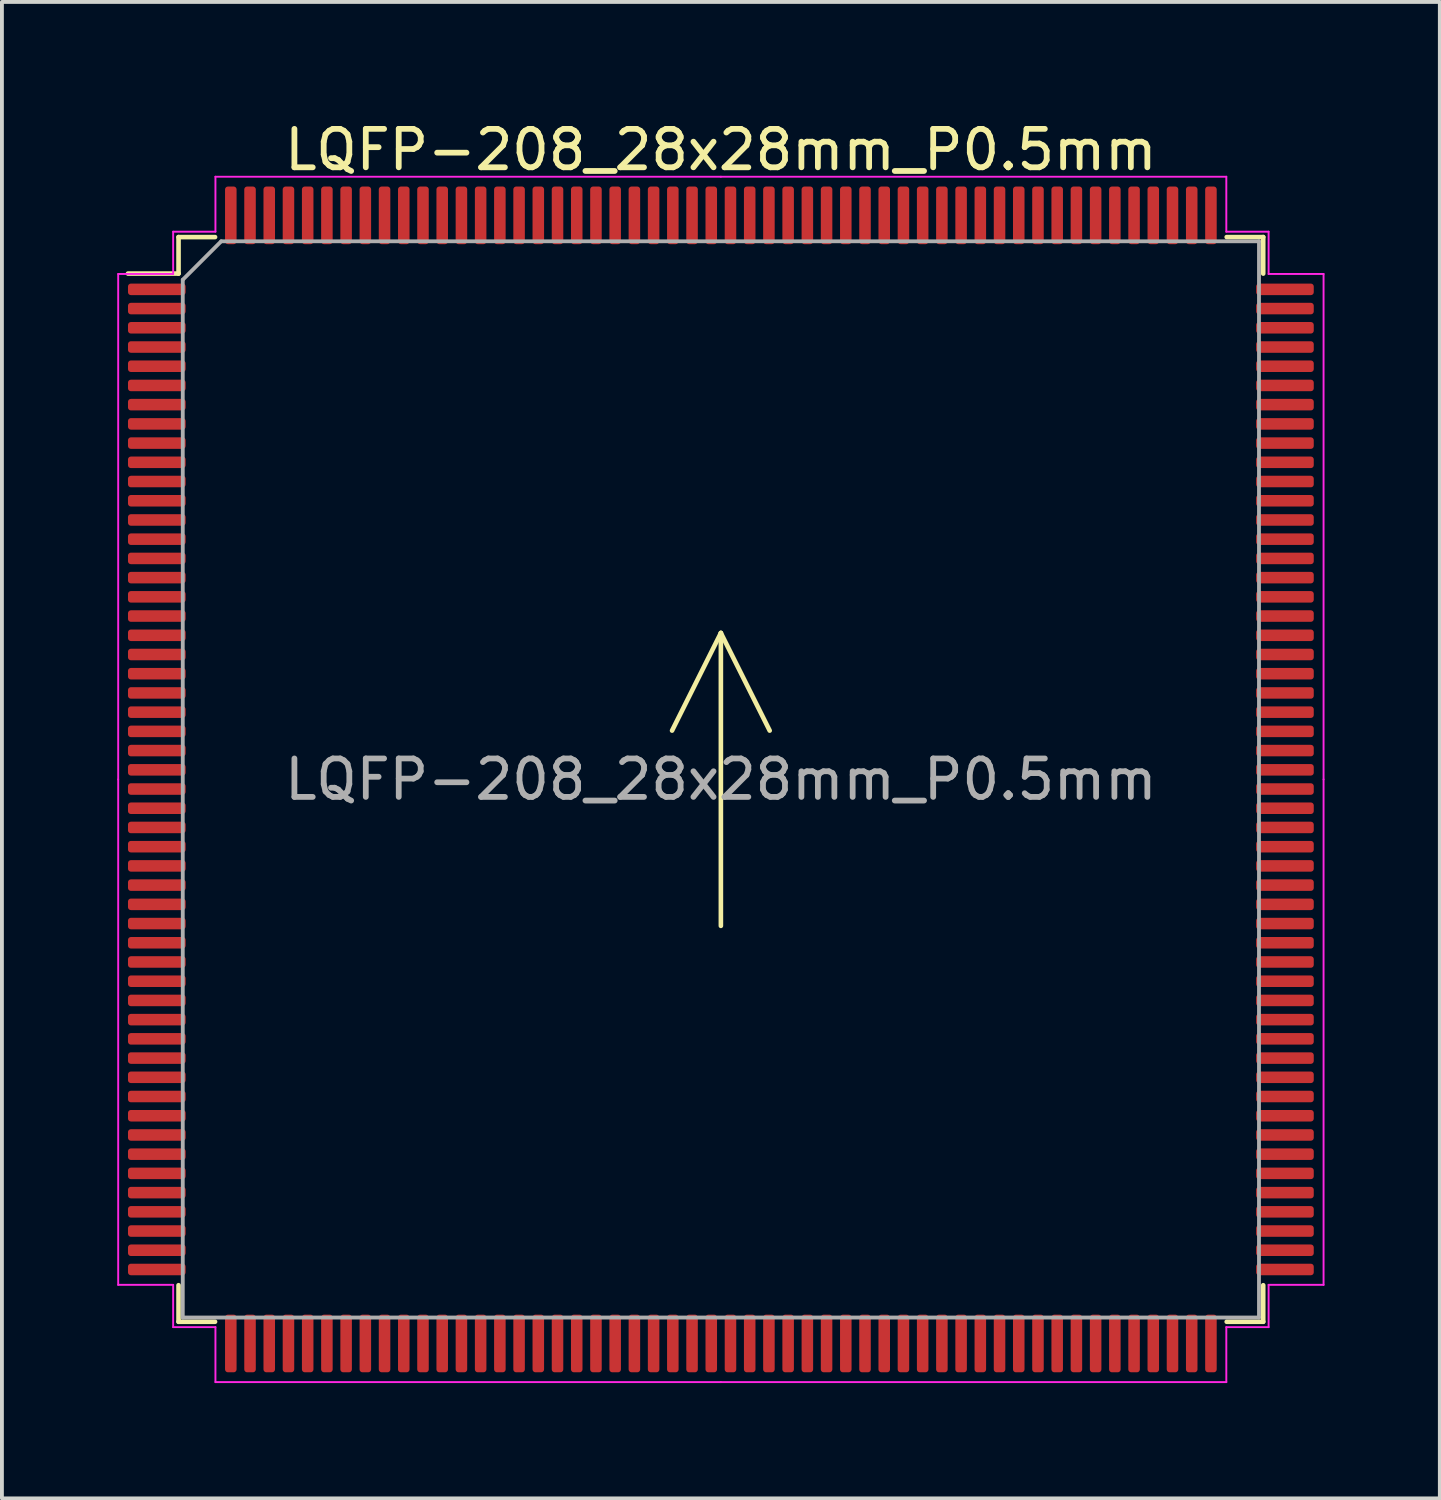
<source format=kicad_pcb>
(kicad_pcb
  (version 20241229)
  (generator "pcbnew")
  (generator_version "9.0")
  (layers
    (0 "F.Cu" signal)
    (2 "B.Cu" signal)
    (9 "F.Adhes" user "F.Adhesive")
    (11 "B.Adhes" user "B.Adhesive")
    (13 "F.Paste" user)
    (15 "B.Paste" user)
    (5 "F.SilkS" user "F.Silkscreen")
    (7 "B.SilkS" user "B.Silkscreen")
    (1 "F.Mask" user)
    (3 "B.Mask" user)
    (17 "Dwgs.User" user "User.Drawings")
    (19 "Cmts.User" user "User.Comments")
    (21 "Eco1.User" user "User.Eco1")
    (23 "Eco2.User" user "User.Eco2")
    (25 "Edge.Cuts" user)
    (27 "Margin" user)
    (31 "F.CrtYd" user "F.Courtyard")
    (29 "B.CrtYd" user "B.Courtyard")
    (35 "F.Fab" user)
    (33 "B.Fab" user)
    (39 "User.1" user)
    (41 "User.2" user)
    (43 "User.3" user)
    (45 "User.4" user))
  (footprint "LQFP-208_28x28mm_P0.5mm"
    (layer "F.Cu")
    (at 15.705 17.228)
    (property "Reference" "LQFP-208_28x28mm_P0.5mm" (at 0 -16.38 0) (layer "F.SilkS") (effects (font (size 1 1) (thickness 0.15))))
    (attr smd)
    (fp_line (start -14.11 -14.11) (end -14.11 -13.16) (stroke (width 0.12) (type solid)) (layer "F.SilkS"))
    (fp_line (start -14.11 -13.16) (end -15.425 -13.16) (stroke (width 0.12) (type solid)) (layer "F.SilkS"))
    (fp_line (start -14.11 14.11) (end -14.11 13.16) (stroke (width 0.12) (type solid)) (layer "F.SilkS"))
    (fp_line (start -13.16 -14.11) (end -14.11 -14.11) (stroke (width 0.12) (type solid)) (layer "F.SilkS"))
    (fp_line (start -13.16 14.11) (end -14.11 14.11) (stroke (width 0.12) (type solid)) (layer "F.SilkS"))
    (fp_line (start -1.27 -1.27) (end 0 -3.81) (stroke (width 0.12) (type default)) (layer "F.SilkS"))
    (fp_line (start 0 -3.81) (end 0 3.81) (stroke (width 0.12) (type default)) (layer "F.SilkS"))
    (fp_line (start 0 -3.81) (end 1.27 -1.27) (stroke (width 0.12) (type default)) (layer "F.SilkS"))
    (fp_line (start 13.16 -14.11) (end 14.11 -14.11) (stroke (width 0.12) (type solid)) (layer "F.SilkS"))
    (fp_line (start 13.16 14.11) (end 14.11 14.11) (stroke (width 0.12) (type solid)) (layer "F.SilkS"))
    (fp_line (start 14.11 -14.11) (end 14.11 -13.16) (stroke (width 0.12) (type solid)) (layer "F.SilkS"))
    (fp_line (start 14.11 14.11) (end 14.11 13.16) (stroke (width 0.12) (type solid)) (layer "F.SilkS"))
    (fp_line (start -15.68 -13.15) (end -15.68 0) (stroke (width 0.05) (type solid)) (layer "F.CrtYd"))
    (fp_line (start -15.68 13.15) (end -15.68 0) (stroke (width 0.05) (type solid)) (layer "F.CrtYd"))
    (fp_line (start -14.25 -14.25) (end -14.25 -13.15) (stroke (width 0.05) (type solid)) (layer "F.CrtYd"))
    (fp_line (start -14.25 -13.15) (end -15.68 -13.15) (stroke (width 0.05) (type solid)) (layer "F.CrtYd"))
    (fp_line (start -14.25 13.15) (end -15.68 13.15) (stroke (width 0.05) (type solid)) (layer "F.CrtYd"))
    (fp_line (start -14.25 14.25) (end -14.25 13.15) (stroke (width 0.05) (type solid)) (layer "F.CrtYd"))
    (fp_line (start -13.15 -15.68) (end -13.15 -14.25) (stroke (width 0.05) (type solid)) (layer "F.CrtYd"))
    (fp_line (start -13.15 -14.25) (end -14.25 -14.25) (stroke (width 0.05) (type solid)) (layer "F.CrtYd"))
    (fp_line (start -13.15 14.25) (end -14.25 14.25) (stroke (width 0.05) (type solid)) (layer "F.CrtYd"))
    (fp_line (start -13.15 15.68) (end -13.15 14.25) (stroke (width 0.05) (type solid)) (layer "F.CrtYd"))
    (fp_line (start 0 -15.68) (end -13.15 -15.68) (stroke (width 0.05) (type solid)) (layer "F.CrtYd"))
    (fp_line (start 0 -15.68) (end 13.15 -15.68) (stroke (width 0.05) (type solid)) (layer "F.CrtYd"))
    (fp_line (start 0 15.68) (end -13.15 15.68) (stroke (width 0.05) (type solid)) (layer "F.CrtYd"))
    (fp_line (start 0 15.68) (end 13.15 15.68) (stroke (width 0.05) (type solid)) (layer "F.CrtYd"))
    (fp_line (start 13.15 -15.68) (end 13.15 -14.25) (stroke (width 0.05) (type solid)) (layer "F.CrtYd"))
    (fp_line (start 13.15 -14.25) (end 14.25 -14.25) (stroke (width 0.05) (type solid)) (layer "F.CrtYd"))
    (fp_line (start 13.15 14.25) (end 14.25 14.25) (stroke (width 0.05) (type solid)) (layer "F.CrtYd"))
    (fp_line (start 13.15 15.68) (end 13.15 14.25) (stroke (width 0.05) (type solid)) (layer "F.CrtYd"))
    (fp_line (start 14.25 -14.25) (end 14.25 -13.15) (stroke (width 0.05) (type solid)) (layer "F.CrtYd"))
    (fp_line (start 14.25 -13.15) (end 15.68 -13.15) (stroke (width 0.05) (type solid)) (layer "F.CrtYd"))
    (fp_line (start 14.25 13.15) (end 15.68 13.15) (stroke (width 0.05) (type solid)) (layer "F.CrtYd"))
    (fp_line (start 14.25 14.25) (end 14.25 13.15) (stroke (width 0.05) (type solid)) (layer "F.CrtYd"))
    (fp_line (start 15.68 -13.15) (end 15.68 0) (stroke (width 0.05) (type solid)) (layer "F.CrtYd"))
    (fp_line (start 15.68 13.15) (end 15.68 0) (stroke (width 0.05) (type solid)) (layer "F.CrtYd"))
    (fp_line (start -14 -13) (end -13 -14) (stroke (width 0.1) (type solid)) (layer "F.Fab"))
    (fp_line (start -14 14) (end -14 -13) (stroke (width 0.1) (type solid)) (layer "F.Fab"))
    (fp_line (start -13 -14) (end 14 -14) (stroke (width 0.1) (type solid)) (layer "F.Fab"))
    (fp_line (start 14 -14) (end 14 14) (stroke (width 0.1) (type solid)) (layer "F.Fab"))
    (fp_line (start 14 14) (end -14 14) (stroke (width 0.1) (type solid)) (layer "F.Fab"))
    (fp_text user "${REFERENCE}" (at 0 0 0) (layer "F.Fab") (effects (font (size 1 1) (thickness 0.15))))
    (pad "1" smd roundrect (at -14.675 -12.75) (size 1.5 0.3) (layers "F.Cu" "F.Mask" "F.Paste") (roundrect_rratio 0.25))
    (pad "2" smd roundrect (at -14.675 -12.25) (size 1.5 0.3) (layers "F.Cu" "F.Mask" "F.Paste") (roundrect_rratio 0.25))
    (pad "3" smd roundrect (at -14.675 -11.75) (size 1.5 0.3) (layers "F.Cu" "F.Mask" "F.Paste") (roundrect_rratio 0.25))
    (pad "4" smd roundrect (at -14.675 -11.25) (size 1.5 0.3) (layers "F.Cu" "F.Mask" "F.Paste") (roundrect_rratio 0.25))
    (pad "5" smd roundrect (at -14.675 -10.75) (size 1.5 0.3) (layers "F.Cu" "F.Mask" "F.Paste") (roundrect_rratio 0.25))
    (pad "6" smd roundrect (at -14.675 -10.25) (size 1.5 0.3) (layers "F.Cu" "F.Mask" "F.Paste") (roundrect_rratio 0.25))
    (pad "7" smd roundrect (at -14.675 -9.75) (size 1.5 0.3) (layers "F.Cu" "F.Mask" "F.Paste") (roundrect_rratio 0.25))
    (pad "8" smd roundrect (at -14.675 -9.25) (size 1.5 0.3) (layers "F.Cu" "F.Mask" "F.Paste") (roundrect_rratio 0.25))
    (pad "9" smd roundrect (at -14.675 -8.75) (size 1.5 0.3) (layers "F.Cu" "F.Mask" "F.Paste") (roundrect_rratio 0.25))
    (pad "10" smd roundrect (at -14.675 -8.25) (size 1.5 0.3) (layers "F.Cu" "F.Mask" "F.Paste") (roundrect_rratio 0.25))
    (pad "11" smd roundrect (at -14.675 -7.75) (size 1.5 0.3) (layers "F.Cu" "F.Mask" "F.Paste") (roundrect_rratio 0.25))
    (pad "12" smd roundrect (at -14.675 -7.25) (size 1.5 0.3) (layers "F.Cu" "F.Mask" "F.Paste") (roundrect_rratio 0.25))
    (pad "13" smd roundrect (at -14.675 -6.75) (size 1.5 0.3) (layers "F.Cu" "F.Mask" "F.Paste") (roundrect_rratio 0.25))
    (pad "14" smd roundrect (at -14.675 -6.25) (size 1.5 0.3) (layers "F.Cu" "F.Mask" "F.Paste") (roundrect_rratio 0.25))
    (pad "15" smd roundrect (at -14.675 -5.75) (size 1.5 0.3) (layers "F.Cu" "F.Mask" "F.Paste") (roundrect_rratio 0.25))
    (pad "16" smd roundrect (at -14.675 -5.25) (size 1.5 0.3) (layers "F.Cu" "F.Mask" "F.Paste") (roundrect_rratio 0.25))
    (pad "17" smd roundrect (at -14.675 -4.75) (size 1.5 0.3) (layers "F.Cu" "F.Mask" "F.Paste") (roundrect_rratio 0.25))
    (pad "18" smd roundrect (at -14.675 -4.25) (size 1.5 0.3) (layers "F.Cu" "F.Mask" "F.Paste") (roundrect_rratio 0.25))
    (pad "19" smd roundrect (at -14.675 -3.75) (size 1.5 0.3) (layers "F.Cu" "F.Mask" "F.Paste") (roundrect_rratio 0.25))
    (pad "20" smd roundrect (at -14.675 -3.25) (size 1.5 0.3) (layers "F.Cu" "F.Mask" "F.Paste") (roundrect_rratio 0.25))
    (pad "21" smd roundrect (at -14.675 -2.75) (size 1.5 0.3) (layers "F.Cu" "F.Mask" "F.Paste") (roundrect_rratio 0.25))
    (pad "22" smd roundrect (at -14.675 -2.25) (size 1.5 0.3) (layers "F.Cu" "F.Mask" "F.Paste") (roundrect_rratio 0.25))
    (pad "23" smd roundrect (at -14.675 -1.75) (size 1.5 0.3) (layers "F.Cu" "F.Mask" "F.Paste") (roundrect_rratio 0.25))
    (pad "24" smd roundrect (at -14.675 -1.25) (size 1.5 0.3) (layers "F.Cu" "F.Mask" "F.Paste") (roundrect_rratio 0.25))
    (pad "25" smd roundrect (at -14.675 -0.75) (size 1.5 0.3) (layers "F.Cu" "F.Mask" "F.Paste") (roundrect_rratio 0.25))
    (pad "26" smd roundrect (at -14.675 -0.25) (size 1.5 0.3) (layers "F.Cu" "F.Mask" "F.Paste") (roundrect_rratio 0.25))
    (pad "27" smd roundrect (at -14.675 0.25) (size 1.5 0.3) (layers "F.Cu" "F.Mask" "F.Paste") (roundrect_rratio 0.25))
    (pad "28" smd roundrect (at -14.675 0.75) (size 1.5 0.3) (layers "F.Cu" "F.Mask" "F.Paste") (roundrect_rratio 0.25))
    (pad "29" smd roundrect (at -14.675 1.25) (size 1.5 0.3) (layers "F.Cu" "F.Mask" "F.Paste") (roundrect_rratio 0.25))
    (pad "30" smd roundrect (at -14.675 1.75) (size 1.5 0.3) (layers "F.Cu" "F.Mask" "F.Paste") (roundrect_rratio 0.25))
    (pad "31" smd roundrect (at -14.675 2.25) (size 1.5 0.3) (layers "F.Cu" "F.Mask" "F.Paste") (roundrect_rratio 0.25))
    (pad "32" smd roundrect (at -14.675 2.75) (size 1.5 0.3) (layers "F.Cu" "F.Mask" "F.Paste") (roundrect_rratio 0.25))
    (pad "33" smd roundrect (at -14.675 3.25) (size 1.5 0.3) (layers "F.Cu" "F.Mask" "F.Paste") (roundrect_rratio 0.25))
    (pad "34" smd roundrect (at -14.675 3.75) (size 1.5 0.3) (layers "F.Cu" "F.Mask" "F.Paste") (roundrect_rratio 0.25))
    (pad "35" smd roundrect (at -14.675 4.25) (size 1.5 0.3) (layers "F.Cu" "F.Mask" "F.Paste") (roundrect_rratio 0.25))
    (pad "36" smd roundrect (at -14.675 4.75) (size 1.5 0.3) (layers "F.Cu" "F.Mask" "F.Paste") (roundrect_rratio 0.25))
    (pad "37" smd roundrect (at -14.675 5.25) (size 1.5 0.3) (layers "F.Cu" "F.Mask" "F.Paste") (roundrect_rratio 0.25))
    (pad "38" smd roundrect (at -14.675 5.75) (size 1.5 0.3) (layers "F.Cu" "F.Mask" "F.Paste") (roundrect_rratio 0.25))
    (pad "39" smd roundrect (at -14.675 6.25) (size 1.5 0.3) (layers "F.Cu" "F.Mask" "F.Paste") (roundrect_rratio 0.25))
    (pad "40" smd roundrect (at -14.675 6.75) (size 1.5 0.3) (layers "F.Cu" "F.Mask" "F.Paste") (roundrect_rratio 0.25))
    (pad "41" smd roundrect (at -14.675 7.25) (size 1.5 0.3) (layers "F.Cu" "F.Mask" "F.Paste") (roundrect_rratio 0.25))
    (pad "42" smd roundrect (at -14.675 7.75) (size 1.5 0.3) (layers "F.Cu" "F.Mask" "F.Paste") (roundrect_rratio 0.25))
    (pad "43" smd roundrect (at -14.675 8.25) (size 1.5 0.3) (layers "F.Cu" "F.Mask" "F.Paste") (roundrect_rratio 0.25))
    (pad "44" smd roundrect (at -14.675 8.75) (size 1.5 0.3) (layers "F.Cu" "F.Mask" "F.Paste") (roundrect_rratio 0.25))
    (pad "45" smd roundrect (at -14.675 9.25) (size 1.5 0.3) (layers "F.Cu" "F.Mask" "F.Paste") (roundrect_rratio 0.25))
    (pad "46" smd roundrect (at -14.675 9.75) (size 1.5 0.3) (layers "F.Cu" "F.Mask" "F.Paste") (roundrect_rratio 0.25))
    (pad "47" smd roundrect (at -14.675 10.25) (size 1.5 0.3) (layers "F.Cu" "F.Mask" "F.Paste") (roundrect_rratio 0.25))
    (pad "48" smd roundrect (at -14.675 10.75) (size 1.5 0.3) (layers "F.Cu" "F.Mask" "F.Paste") (roundrect_rratio 0.25))
    (pad "49" smd roundrect (at -14.675 11.25) (size 1.5 0.3) (layers "F.Cu" "F.Mask" "F.Paste") (roundrect_rratio 0.25))
    (pad "50" smd roundrect (at -14.675 11.75) (size 1.5 0.3) (layers "F.Cu" "F.Mask" "F.Paste") (roundrect_rratio 0.25))
    (pad "51" smd roundrect (at -14.675 12.25) (size 1.5 0.3) (layers "F.Cu" "F.Mask" "F.Paste") (roundrect_rratio 0.25))
    (pad "52" smd roundrect (at -14.675 12.75) (size 1.5 0.3) (layers "F.Cu" "F.Mask" "F.Paste") (roundrect_rratio 0.25))
    (pad "53" smd roundrect (at -12.75 14.675) (size 0.3 1.5) (layers "F.Cu" "F.Mask" "F.Paste") (roundrect_rratio 0.25))
    (pad "54" smd roundrect (at -12.25 14.675) (size 0.3 1.5) (layers "F.Cu" "F.Mask" "F.Paste") (roundrect_rratio 0.25))
    (pad "55" smd roundrect (at -11.75 14.675) (size 0.3 1.5) (layers "F.Cu" "F.Mask" "F.Paste") (roundrect_rratio 0.25))
    (pad "56" smd roundrect (at -11.25 14.675) (size 0.3 1.5) (layers "F.Cu" "F.Mask" "F.Paste") (roundrect_rratio 0.25))
    (pad "57" smd roundrect (at -10.75 14.675) (size 0.3 1.5) (layers "F.Cu" "F.Mask" "F.Paste") (roundrect_rratio 0.25))
    (pad "58" smd roundrect (at -10.25 14.675) (size 0.3 1.5) (layers "F.Cu" "F.Mask" "F.Paste") (roundrect_rratio 0.25))
    (pad "59" smd roundrect (at -9.75 14.675) (size 0.3 1.5) (layers "F.Cu" "F.Mask" "F.Paste") (roundrect_rratio 0.25))
    (pad "60" smd roundrect (at -9.25 14.675) (size 0.3 1.5) (layers "F.Cu" "F.Mask" "F.Paste") (roundrect_rratio 0.25))
    (pad "61" smd roundrect (at -8.75 14.675) (size 0.3 1.5) (layers "F.Cu" "F.Mask" "F.Paste") (roundrect_rratio 0.25))
    (pad "62" smd roundrect (at -8.25 14.675) (size 0.3 1.5) (layers "F.Cu" "F.Mask" "F.Paste") (roundrect_rratio 0.25))
    (pad "63" smd roundrect (at -7.75 14.675) (size 0.3 1.5) (layers "F.Cu" "F.Mask" "F.Paste") (roundrect_rratio 0.25))
    (pad "64" smd roundrect (at -7.25 14.675) (size 0.3 1.5) (layers "F.Cu" "F.Mask" "F.Paste") (roundrect_rratio 0.25))
    (pad "65" smd roundrect (at -6.75 14.675) (size 0.3 1.5) (layers "F.Cu" "F.Mask" "F.Paste") (roundrect_rratio 0.25))
    (pad "66" smd roundrect (at -6.25 14.675) (size 0.3 1.5) (layers "F.Cu" "F.Mask" "F.Paste") (roundrect_rratio 0.25))
    (pad "67" smd roundrect (at -5.75 14.675) (size 0.3 1.5) (layers "F.Cu" "F.Mask" "F.Paste") (roundrect_rratio 0.25))
    (pad "68" smd roundrect (at -5.25 14.675) (size 0.3 1.5) (layers "F.Cu" "F.Mask" "F.Paste") (roundrect_rratio 0.25))
    (pad "69" smd roundrect (at -4.75 14.675) (size 0.3 1.5) (layers "F.Cu" "F.Mask" "F.Paste") (roundrect_rratio 0.25))
    (pad "70" smd roundrect (at -4.25 14.675) (size 0.3 1.5) (layers "F.Cu" "F.Mask" "F.Paste") (roundrect_rratio 0.25))
    (pad "71" smd roundrect (at -3.75 14.675) (size 0.3 1.5) (layers "F.Cu" "F.Mask" "F.Paste") (roundrect_rratio 0.25))
    (pad "72" smd roundrect (at -3.25 14.675) (size 0.3 1.5) (layers "F.Cu" "F.Mask" "F.Paste") (roundrect_rratio 0.25))
    (pad "73" smd roundrect (at -2.75 14.675) (size 0.3 1.5) (layers "F.Cu" "F.Mask" "F.Paste") (roundrect_rratio 0.25))
    (pad "74" smd roundrect (at -2.25 14.675) (size 0.3 1.5) (layers "F.Cu" "F.Mask" "F.Paste") (roundrect_rratio 0.25))
    (pad "75" smd roundrect (at -1.75 14.675) (size 0.3 1.5) (layers "F.Cu" "F.Mask" "F.Paste") (roundrect_rratio 0.25))
    (pad "76" smd roundrect (at -1.25 14.675) (size 0.3 1.5) (layers "F.Cu" "F.Mask" "F.Paste") (roundrect_rratio 0.25))
    (pad "77" smd roundrect (at -0.75 14.675) (size 0.3 1.5) (layers "F.Cu" "F.Mask" "F.Paste") (roundrect_rratio 0.25))
    (pad "78" smd roundrect (at -0.25 14.675) (size 0.3 1.5) (layers "F.Cu" "F.Mask" "F.Paste") (roundrect_rratio 0.25))
    (pad "79" smd roundrect (at 0.25 14.675) (size 0.3 1.5) (layers "F.Cu" "F.Mask" "F.Paste") (roundrect_rratio 0.25))
    (pad "80" smd roundrect (at 0.75 14.675) (size 0.3 1.5) (layers "F.Cu" "F.Mask" "F.Paste") (roundrect_rratio 0.25))
    (pad "81" smd roundrect (at 1.25 14.675) (size 0.3 1.5) (layers "F.Cu" "F.Mask" "F.Paste") (roundrect_rratio 0.25))
    (pad "82" smd roundrect (at 1.75 14.675) (size 0.3 1.5) (layers "F.Cu" "F.Mask" "F.Paste") (roundrect_rratio 0.25))
    (pad "83" smd roundrect (at 2.25 14.675) (size 0.3 1.5) (layers "F.Cu" "F.Mask" "F.Paste") (roundrect_rratio 0.25))
    (pad "84" smd roundrect (at 2.75 14.675) (size 0.3 1.5) (layers "F.Cu" "F.Mask" "F.Paste") (roundrect_rratio 0.25))
    (pad "85" smd roundrect (at 3.25 14.675) (size 0.3 1.5) (layers "F.Cu" "F.Mask" "F.Paste") (roundrect_rratio 0.25))
    (pad "86" smd roundrect (at 3.75 14.675) (size 0.3 1.5) (layers "F.Cu" "F.Mask" "F.Paste") (roundrect_rratio 0.25))
    (pad "87" smd roundrect (at 4.25 14.675) (size 0.3 1.5) (layers "F.Cu" "F.Mask" "F.Paste") (roundrect_rratio 0.25))
    (pad "88" smd roundrect (at 4.75 14.675) (size 0.3 1.5) (layers "F.Cu" "F.Mask" "F.Paste") (roundrect_rratio 0.25))
    (pad "89" smd roundrect (at 5.25 14.675) (size 0.3 1.5) (layers "F.Cu" "F.Mask" "F.Paste") (roundrect_rratio 0.25))
    (pad "90" smd roundrect (at 5.75 14.675) (size 0.3 1.5) (layers "F.Cu" "F.Mask" "F.Paste") (roundrect_rratio 0.25))
    (pad "91" smd roundrect (at 6.25 14.675) (size 0.3 1.5) (layers "F.Cu" "F.Mask" "F.Paste") (roundrect_rratio 0.25))
    (pad "92" smd roundrect (at 6.75 14.675) (size 0.3 1.5) (layers "F.Cu" "F.Mask" "F.Paste") (roundrect_rratio 0.25))
    (pad "93" smd roundrect (at 7.25 14.675) (size 0.3 1.5) (layers "F.Cu" "F.Mask" "F.Paste") (roundrect_rratio 0.25))
    (pad "94" smd roundrect (at 7.75 14.675) (size 0.3 1.5) (layers "F.Cu" "F.Mask" "F.Paste") (roundrect_rratio 0.25))
    (pad "95" smd roundrect (at 8.25 14.675) (size 0.3 1.5) (layers "F.Cu" "F.Mask" "F.Paste") (roundrect_rratio 0.25))
    (pad "96" smd roundrect (at 8.75 14.675) (size 0.3 1.5) (layers "F.Cu" "F.Mask" "F.Paste") (roundrect_rratio 0.25))
    (pad "97" smd roundrect (at 9.25 14.675) (size 0.3 1.5) (layers "F.Cu" "F.Mask" "F.Paste") (roundrect_rratio 0.25))
    (pad "98" smd roundrect (at 9.75 14.675) (size 0.3 1.5) (layers "F.Cu" "F.Mask" "F.Paste") (roundrect_rratio 0.25))
    (pad "99" smd roundrect (at 10.25 14.675) (size 0.3 1.5) (layers "F.Cu" "F.Mask" "F.Paste") (roundrect_rratio 0.25))
    (pad "100" smd roundrect (at 10.75 14.675) (size 0.3 1.5) (layers "F.Cu" "F.Mask" "F.Paste") (roundrect_rratio 0.25))
    (pad "101" smd roundrect (at 11.25 14.675) (size 0.3 1.5) (layers "F.Cu" "F.Mask" "F.Paste") (roundrect_rratio 0.25))
    (pad "102" smd roundrect (at 11.75 14.675) (size 0.3 1.5) (layers "F.Cu" "F.Mask" "F.Paste") (roundrect_rratio 0.25))
    (pad "103" smd roundrect (at 12.25 14.675) (size 0.3 1.5) (layers "F.Cu" "F.Mask" "F.Paste") (roundrect_rratio 0.25))
    (pad "104" smd roundrect (at 12.75 14.675) (size 0.3 1.5) (layers "F.Cu" "F.Mask" "F.Paste") (roundrect_rratio 0.25))
    (pad "105" smd roundrect (at 14.675 12.75) (size 1.5 0.3) (layers "F.Cu" "F.Mask" "F.Paste") (roundrect_rratio 0.25))
    (pad "106" smd roundrect (at 14.675 12.25) (size 1.5 0.3) (layers "F.Cu" "F.Mask" "F.Paste") (roundrect_rratio 0.25))
    (pad "107" smd roundrect (at 14.675 11.75) (size 1.5 0.3) (layers "F.Cu" "F.Mask" "F.Paste") (roundrect_rratio 0.25))
    (pad "108" smd roundrect (at 14.675 11.25) (size 1.5 0.3) (layers "F.Cu" "F.Mask" "F.Paste") (roundrect_rratio 0.25))
    (pad "109" smd roundrect (at 14.675 10.75) (size 1.5 0.3) (layers "F.Cu" "F.Mask" "F.Paste") (roundrect_rratio 0.25))
    (pad "110" smd roundrect (at 14.675 10.25) (size 1.5 0.3) (layers "F.Cu" "F.Mask" "F.Paste") (roundrect_rratio 0.25))
    (pad "111" smd roundrect (at 14.675 9.75) (size 1.5 0.3) (layers "F.Cu" "F.Mask" "F.Paste") (roundrect_rratio 0.25))
    (pad "112" smd roundrect (at 14.675 9.25) (size 1.5 0.3) (layers "F.Cu" "F.Mask" "F.Paste") (roundrect_rratio 0.25))
    (pad "113" smd roundrect (at 14.675 8.75) (size 1.5 0.3) (layers "F.Cu" "F.Mask" "F.Paste") (roundrect_rratio 0.25))
    (pad "114" smd roundrect (at 14.675 8.25) (size 1.5 0.3) (layers "F.Cu" "F.Mask" "F.Paste") (roundrect_rratio 0.25))
    (pad "115" smd roundrect (at 14.675 7.75) (size 1.5 0.3) (layers "F.Cu" "F.Mask" "F.Paste") (roundrect_rratio 0.25))
    (pad "116" smd roundrect (at 14.675 7.25) (size 1.5 0.3) (layers "F.Cu" "F.Mask" "F.Paste") (roundrect_rratio 0.25))
    (pad "117" smd roundrect (at 14.675 6.75) (size 1.5 0.3) (layers "F.Cu" "F.Mask" "F.Paste") (roundrect_rratio 0.25))
    (pad "118" smd roundrect (at 14.675 6.25) (size 1.5 0.3) (layers "F.Cu" "F.Mask" "F.Paste") (roundrect_rratio 0.25))
    (pad "119" smd roundrect (at 14.675 5.75) (size 1.5 0.3) (layers "F.Cu" "F.Mask" "F.Paste") (roundrect_rratio 0.25))
    (pad "120" smd roundrect (at 14.675 5.25) (size 1.5 0.3) (layers "F.Cu" "F.Mask" "F.Paste") (roundrect_rratio 0.25))
    (pad "121" smd roundrect (at 14.675 4.75) (size 1.5 0.3) (layers "F.Cu" "F.Mask" "F.Paste") (roundrect_rratio 0.25))
    (pad "122" smd roundrect (at 14.675 4.25) (size 1.5 0.3) (layers "F.Cu" "F.Mask" "F.Paste") (roundrect_rratio 0.25))
    (pad "123" smd roundrect (at 14.675 3.75) (size 1.5 0.3) (layers "F.Cu" "F.Mask" "F.Paste") (roundrect_rratio 0.25))
    (pad "124" smd roundrect (at 14.675 3.25) (size 1.5 0.3) (layers "F.Cu" "F.Mask" "F.Paste") (roundrect_rratio 0.25))
    (pad "125" smd roundrect (at 14.675 2.75) (size 1.5 0.3) (layers "F.Cu" "F.Mask" "F.Paste") (roundrect_rratio 0.25))
    (pad "126" smd roundrect (at 14.675 2.25) (size 1.5 0.3) (layers "F.Cu" "F.Mask" "F.Paste") (roundrect_rratio 0.25))
    (pad "127" smd roundrect (at 14.675 1.75) (size 1.5 0.3) (layers "F.Cu" "F.Mask" "F.Paste") (roundrect_rratio 0.25))
    (pad "128" smd roundrect (at 14.675 1.25) (size 1.5 0.3) (layers "F.Cu" "F.Mask" "F.Paste") (roundrect_rratio 0.25))
    (pad "129" smd roundrect (at 14.675 0.75) (size 1.5 0.3) (layers "F.Cu" "F.Mask" "F.Paste") (roundrect_rratio 0.25))
    (pad "130" smd roundrect (at 14.675 0.25) (size 1.5 0.3) (layers "F.Cu" "F.Mask" "F.Paste") (roundrect_rratio 0.25))
    (pad "131" smd roundrect (at 14.675 -0.25) (size 1.5 0.3) (layers "F.Cu" "F.Mask" "F.Paste") (roundrect_rratio 0.25))
    (pad "132" smd roundrect (at 14.675 -0.75) (size 1.5 0.3) (layers "F.Cu" "F.Mask" "F.Paste") (roundrect_rratio 0.25))
    (pad "133" smd roundrect (at 14.675 -1.25) (size 1.5 0.3) (layers "F.Cu" "F.Mask" "F.Paste") (roundrect_rratio 0.25))
    (pad "134" smd roundrect (at 14.675 -1.75) (size 1.5 0.3) (layers "F.Cu" "F.Mask" "F.Paste") (roundrect_rratio 0.25))
    (pad "135" smd roundrect (at 14.675 -2.25) (size 1.5 0.3) (layers "F.Cu" "F.Mask" "F.Paste") (roundrect_rratio 0.25))
    (pad "136" smd roundrect (at 14.675 -2.75) (size 1.5 0.3) (layers "F.Cu" "F.Mask" "F.Paste") (roundrect_rratio 0.25))
    (pad "137" smd roundrect (at 14.675 -3.25) (size 1.5 0.3) (layers "F.Cu" "F.Mask" "F.Paste") (roundrect_rratio 0.25))
    (pad "138" smd roundrect (at 14.675 -3.75) (size 1.5 0.3) (layers "F.Cu" "F.Mask" "F.Paste") (roundrect_rratio 0.25))
    (pad "139" smd roundrect (at 14.675 -4.25) (size 1.5 0.3) (layers "F.Cu" "F.Mask" "F.Paste") (roundrect_rratio 0.25))
    (pad "140" smd roundrect (at 14.675 -4.75) (size 1.5 0.3) (layers "F.Cu" "F.Mask" "F.Paste") (roundrect_rratio 0.25))
    (pad "141" smd roundrect (at 14.675 -5.25) (size 1.5 0.3) (layers "F.Cu" "F.Mask" "F.Paste") (roundrect_rratio 0.25))
    (pad "142" smd roundrect (at 14.675 -5.75) (size 1.5 0.3) (layers "F.Cu" "F.Mask" "F.Paste") (roundrect_rratio 0.25))
    (pad "143" smd roundrect (at 14.675 -6.25) (size 1.5 0.3) (layers "F.Cu" "F.Mask" "F.Paste") (roundrect_rratio 0.25))
    (pad "144" smd roundrect (at 14.675 -6.75) (size 1.5 0.3) (layers "F.Cu" "F.Mask" "F.Paste") (roundrect_rratio 0.25))
    (pad "145" smd roundrect (at 14.675 -7.25) (size 1.5 0.3) (layers "F.Cu" "F.Mask" "F.Paste") (roundrect_rratio 0.25))
    (pad "146" smd roundrect (at 14.675 -7.75) (size 1.5 0.3) (layers "F.Cu" "F.Mask" "F.Paste") (roundrect_rratio 0.25))
    (pad "147" smd roundrect (at 14.675 -8.25) (size 1.5 0.3) (layers "F.Cu" "F.Mask" "F.Paste") (roundrect_rratio 0.25))
    (pad "148" smd roundrect (at 14.675 -8.75) (size 1.5 0.3) (layers "F.Cu" "F.Mask" "F.Paste") (roundrect_rratio 0.25))
    (pad "149" smd roundrect (at 14.675 -9.25) (size 1.5 0.3) (layers "F.Cu" "F.Mask" "F.Paste") (roundrect_rratio 0.25))
    (pad "150" smd roundrect (at 14.675 -9.75) (size 1.5 0.3) (layers "F.Cu" "F.Mask" "F.Paste") (roundrect_rratio 0.25))
    (pad "151" smd roundrect (at 14.675 -10.25) (size 1.5 0.3) (layers "F.Cu" "F.Mask" "F.Paste") (roundrect_rratio 0.25))
    (pad "152" smd roundrect (at 14.675 -10.75) (size 1.5 0.3) (layers "F.Cu" "F.Mask" "F.Paste") (roundrect_rratio 0.25))
    (pad "153" smd roundrect (at 14.675 -11.25) (size 1.5 0.3) (layers "F.Cu" "F.Mask" "F.Paste") (roundrect_rratio 0.25))
    (pad "154" smd roundrect (at 14.675 -11.75) (size 1.5 0.3) (layers "F.Cu" "F.Mask" "F.Paste") (roundrect_rratio 0.25))
    (pad "155" smd roundrect (at 14.675 -12.25) (size 1.5 0.3) (layers "F.Cu" "F.Mask" "F.Paste") (roundrect_rratio 0.25))
    (pad "156" smd roundrect (at 14.675 -12.75) (size 1.5 0.3) (layers "F.Cu" "F.Mask" "F.Paste") (roundrect_rratio 0.25))
    (pad "157" smd roundrect (at 12.75 -14.675) (size 0.3 1.5) (layers "F.Cu" "F.Mask" "F.Paste") (roundrect_rratio 0.25))
    (pad "158" smd roundrect (at 12.25 -14.675) (size 0.3 1.5) (layers "F.Cu" "F.Mask" "F.Paste") (roundrect_rratio 0.25))
    (pad "159" smd roundrect (at 11.75 -14.675) (size 0.3 1.5) (layers "F.Cu" "F.Mask" "F.Paste") (roundrect_rratio 0.25))
    (pad "160" smd roundrect (at 11.25 -14.675) (size 0.3 1.5) (layers "F.Cu" "F.Mask" "F.Paste") (roundrect_rratio 0.25))
    (pad "161" smd roundrect (at 10.75 -14.675) (size 0.3 1.5) (layers "F.Cu" "F.Mask" "F.Paste") (roundrect_rratio 0.25))
    (pad "162" smd roundrect (at 10.25 -14.675) (size 0.3 1.5) (layers "F.Cu" "F.Mask" "F.Paste") (roundrect_rratio 0.25))
    (pad "163" smd roundrect (at 9.75 -14.675) (size 0.3 1.5) (layers "F.Cu" "F.Mask" "F.Paste") (roundrect_rratio 0.25))
    (pad "164" smd roundrect (at 9.25 -14.675) (size 0.3 1.5) (layers "F.Cu" "F.Mask" "F.Paste") (roundrect_rratio 0.25))
    (pad "165" smd roundrect (at 8.75 -14.675) (size 0.3 1.5) (layers "F.Cu" "F.Mask" "F.Paste") (roundrect_rratio 0.25))
    (pad "166" smd roundrect (at 8.25 -14.675) (size 0.3 1.5) (layers "F.Cu" "F.Mask" "F.Paste") (roundrect_rratio 0.25))
    (pad "167" smd roundrect (at 7.75 -14.675) (size 0.3 1.5) (layers "F.Cu" "F.Mask" "F.Paste") (roundrect_rratio 0.25))
    (pad "168" smd roundrect (at 7.25 -14.675) (size 0.3 1.5) (layers "F.Cu" "F.Mask" "F.Paste") (roundrect_rratio 0.25))
    (pad "169" smd roundrect (at 6.75 -14.675) (size 0.3 1.5) (layers "F.Cu" "F.Mask" "F.Paste") (roundrect_rratio 0.25))
    (pad "170" smd roundrect (at 6.25 -14.675) (size 0.3 1.5) (layers "F.Cu" "F.Mask" "F.Paste") (roundrect_rratio 0.25))
    (pad "171" smd roundrect (at 5.75 -14.675) (size 0.3 1.5) (layers "F.Cu" "F.Mask" "F.Paste") (roundrect_rratio 0.25))
    (pad "172" smd roundrect (at 5.25 -14.675) (size 0.3 1.5) (layers "F.Cu" "F.Mask" "F.Paste") (roundrect_rratio 0.25))
    (pad "173" smd roundrect (at 4.75 -14.675) (size 0.3 1.5) (layers "F.Cu" "F.Mask" "F.Paste") (roundrect_rratio 0.25))
    (pad "174" smd roundrect (at 4.25 -14.675) (size 0.3 1.5) (layers "F.Cu" "F.Mask" "F.Paste") (roundrect_rratio 0.25))
    (pad "175" smd roundrect (at 3.75 -14.675) (size 0.3 1.5) (layers "F.Cu" "F.Mask" "F.Paste") (roundrect_rratio 0.25))
    (pad "176" smd roundrect (at 3.25 -14.675) (size 0.3 1.5) (layers "F.Cu" "F.Mask" "F.Paste") (roundrect_rratio 0.25))
    (pad "177" smd roundrect (at 2.75 -14.675) (size 0.3 1.5) (layers "F.Cu" "F.Mask" "F.Paste") (roundrect_rratio 0.25))
    (pad "178" smd roundrect (at 2.25 -14.675) (size 0.3 1.5) (layers "F.Cu" "F.Mask" "F.Paste") (roundrect_rratio 0.25))
    (pad "179" smd roundrect (at 1.75 -14.675) (size 0.3 1.5) (layers "F.Cu" "F.Mask" "F.Paste") (roundrect_rratio 0.25))
    (pad "180" smd roundrect (at 1.25 -14.675) (size 0.3 1.5) (layers "F.Cu" "F.Mask" "F.Paste") (roundrect_rratio 0.25))
    (pad "181" smd roundrect (at 0.75 -14.675) (size 0.3 1.5) (layers "F.Cu" "F.Mask" "F.Paste") (roundrect_rratio 0.25))
    (pad "182" smd roundrect (at 0.25 -14.675) (size 0.3 1.5) (layers "F.Cu" "F.Mask" "F.Paste") (roundrect_rratio 0.25))
    (pad "183" smd roundrect (at -0.25 -14.675) (size 0.3 1.5) (layers "F.Cu" "F.Mask" "F.Paste") (roundrect_rratio 0.25))
    (pad "184" smd roundrect (at -0.75 -14.675) (size 0.3 1.5) (layers "F.Cu" "F.Mask" "F.Paste") (roundrect_rratio 0.25))
    (pad "185" smd roundrect (at -1.25 -14.675) (size 0.3 1.5) (layers "F.Cu" "F.Mask" "F.Paste") (roundrect_rratio 0.25))
    (pad "186" smd roundrect (at -1.75 -14.675) (size 0.3 1.5) (layers "F.Cu" "F.Mask" "F.Paste") (roundrect_rratio 0.25))
    (pad "187" smd roundrect (at -2.25 -14.675) (size 0.3 1.5) (layers "F.Cu" "F.Mask" "F.Paste") (roundrect_rratio 0.25))
    (pad "188" smd roundrect (at -2.75 -14.675) (size 0.3 1.5) (layers "F.Cu" "F.Mask" "F.Paste") (roundrect_rratio 0.25))
    (pad "189" smd roundrect (at -3.25 -14.675) (size 0.3 1.5) (layers "F.Cu" "F.Mask" "F.Paste") (roundrect_rratio 0.25))
    (pad "190" smd roundrect (at -3.75 -14.675) (size 0.3 1.5) (layers "F.Cu" "F.Mask" "F.Paste") (roundrect_rratio 0.25))
    (pad "191" smd roundrect (at -4.25 -14.675) (size 0.3 1.5) (layers "F.Cu" "F.Mask" "F.Paste") (roundrect_rratio 0.25))
    (pad "192" smd roundrect (at -4.75 -14.675) (size 0.3 1.5) (layers "F.Cu" "F.Mask" "F.Paste") (roundrect_rratio 0.25))
    (pad "193" smd roundrect (at -5.25 -14.675) (size 0.3 1.5) (layers "F.Cu" "F.Mask" "F.Paste") (roundrect_rratio 0.25))
    (pad "194" smd roundrect (at -5.75 -14.675) (size 0.3 1.5) (layers "F.Cu" "F.Mask" "F.Paste") (roundrect_rratio 0.25))
    (pad "195" smd roundrect (at -6.25 -14.675) (size 0.3 1.5) (layers "F.Cu" "F.Mask" "F.Paste") (roundrect_rratio 0.25))
    (pad "196" smd roundrect (at -6.75 -14.675) (size 0.3 1.5) (layers "F.Cu" "F.Mask" "F.Paste") (roundrect_rratio 0.25))
    (pad "197" smd roundrect (at -7.25 -14.675) (size 0.3 1.5) (layers "F.Cu" "F.Mask" "F.Paste") (roundrect_rratio 0.25))
    (pad "198" smd roundrect (at -7.75 -14.675) (size 0.3 1.5) (layers "F.Cu" "F.Mask" "F.Paste") (roundrect_rratio 0.25))
    (pad "199" smd roundrect (at -8.25 -14.675) (size 0.3 1.5) (layers "F.Cu" "F.Mask" "F.Paste") (roundrect_rratio 0.25))
    (pad "200" smd roundrect (at -8.75 -14.675) (size 0.3 1.5) (layers "F.Cu" "F.Mask" "F.Paste") (roundrect_rratio 0.25))
    (pad "201" smd roundrect (at -9.25 -14.675) (size 0.3 1.5) (layers "F.Cu" "F.Mask" "F.Paste") (roundrect_rratio 0.25))
    (pad "202" smd roundrect (at -9.75 -14.675) (size 0.3 1.5) (layers "F.Cu" "F.Mask" "F.Paste") (roundrect_rratio 0.25))
    (pad "203" smd roundrect (at -10.25 -14.675) (size 0.3 1.5) (layers "F.Cu" "F.Mask" "F.Paste") (roundrect_rratio 0.25))
    (pad "204" smd roundrect (at -10.75 -14.675) (size 0.3 1.5) (layers "F.Cu" "F.Mask" "F.Paste") (roundrect_rratio 0.25))
    (pad "205" smd roundrect (at -11.25 -14.675) (size 0.3 1.5) (layers "F.Cu" "F.Mask" "F.Paste") (roundrect_rratio 0.25))
    (pad "206" smd roundrect (at -11.75 -14.675) (size 0.3 1.5) (layers "F.Cu" "F.Mask" "F.Paste") (roundrect_rratio 0.25))
    (pad "207" smd roundrect (at -12.25 -14.675) (size 0.3 1.5) (layers "F.Cu" "F.Mask" "F.Paste") (roundrect_rratio 0.25))
    (pad "208" smd roundrect (at -12.75 -14.675) (size 0.3 1.5) (layers "F.Cu" "F.Mask" "F.Paste") (roundrect_rratio 0.25)))
  (gr_rect
    (start -3 -3)
    (end 34.41 35.933)
    (stroke (width 0.1) (type default))
    (fill no)
    (layer "Edge.Cuts")))
</source>
